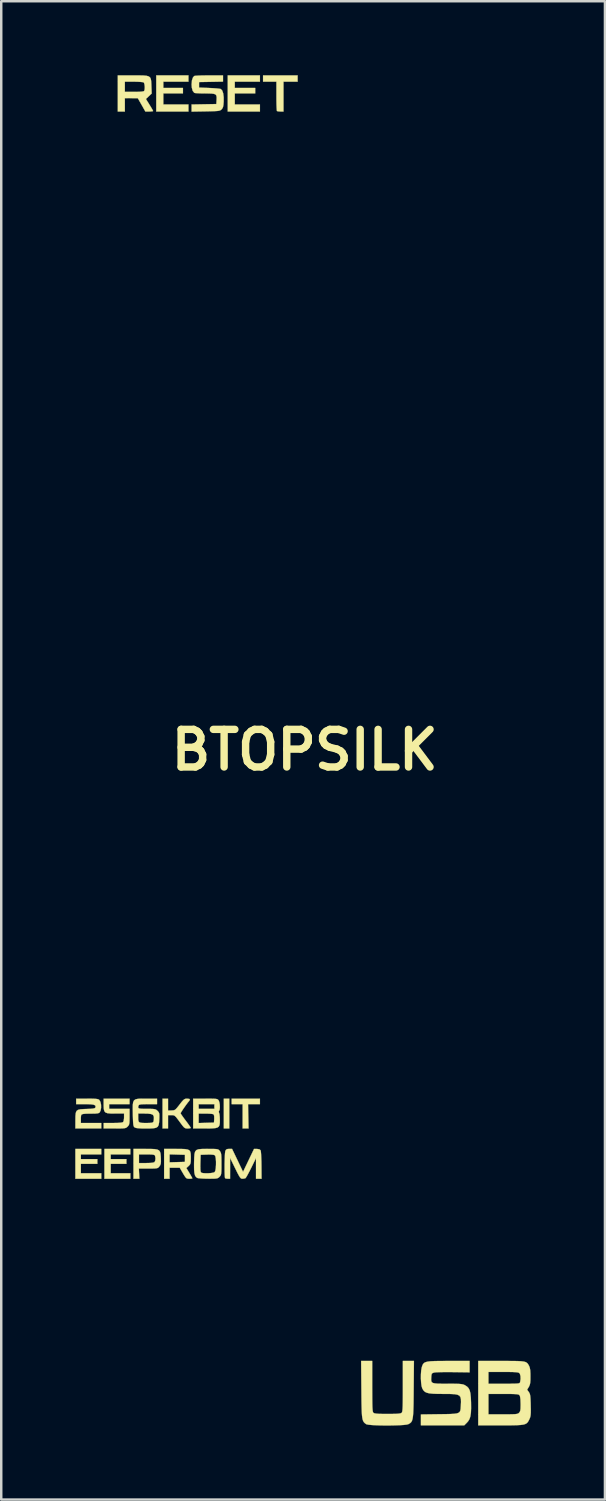
<source format=kicad_pcb>
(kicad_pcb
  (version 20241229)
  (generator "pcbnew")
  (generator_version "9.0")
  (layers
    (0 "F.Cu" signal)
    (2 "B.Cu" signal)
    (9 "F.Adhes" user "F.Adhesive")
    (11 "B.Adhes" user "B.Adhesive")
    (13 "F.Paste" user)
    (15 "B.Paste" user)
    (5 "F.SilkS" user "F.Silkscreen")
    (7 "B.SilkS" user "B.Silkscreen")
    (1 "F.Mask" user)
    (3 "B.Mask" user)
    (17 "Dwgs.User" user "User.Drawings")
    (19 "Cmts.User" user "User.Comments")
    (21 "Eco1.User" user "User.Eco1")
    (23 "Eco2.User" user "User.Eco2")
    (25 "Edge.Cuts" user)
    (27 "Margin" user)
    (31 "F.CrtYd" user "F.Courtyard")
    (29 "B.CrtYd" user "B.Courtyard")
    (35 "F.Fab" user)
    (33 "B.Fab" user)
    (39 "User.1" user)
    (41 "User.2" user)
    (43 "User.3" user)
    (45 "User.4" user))
  (footprint "BTOPSILK"
    (layer "F.Cu")
    (at 9.299 27.347)
    (property "Reference" "BTOPSILK" (at 0 0 0) (layer "F.SilkS") (effects (font (size 1.524 1.524) (thickness 0.3))))
    (attr through_hole)
    (fp_poly (pts (xy -3.056 15.342) (xy -3.278 15.342) (xy -3.278 14.132) (xy -3.056 14.132) (xy -3.056 15.342)) (stroke (width 0.01) (type solid)) (fill yes) (layer "F.SilkS"))
    (fp_poly (pts (xy -1.814 14.355) (xy -2.295 14.355) (xy -2.285 14.849) (xy -2.276 15.342) (xy -2.515 15.342) (xy -2.515 14.355) (xy -2.96 14.355) (xy -2.96 14.132) (xy -1.814 14.132) (xy -1.814 14.355)) (stroke (width 0.01) (type solid)) (fill yes) (layer "F.SilkS"))
    (fp_poly (pts (xy -8.244 16.392) (xy -9.071 16.392) (xy -9.071 16.583) (xy -8.403 16.583) (xy -8.403 16.774) (xy -9.071 16.774) (xy -9.071 17.156) (xy -8.244 17.156) (xy -8.244 17.379) (xy -9.294 17.379) (xy -9.294 16.169) (xy -8.244 16.169) (xy -8.244 16.392)) (stroke (width 0.01) (type solid)) (fill yes) (layer "F.SilkS"))
    (fp_poly (pts (xy -7.066 16.392) (xy -7.862 16.392) (xy -7.862 16.583) (xy -7.225 16.583) (xy -7.225 16.774) (xy -7.862 16.774) (xy -7.862 17.156) (xy -7.066 17.156) (xy -7.066 17.379) (xy -8.117 17.379) (xy -8.117 16.169) (xy -7.066 16.169) (xy -7.066 16.392)) (stroke (width 0.01) (type solid)) (fill yes) (layer "F.SilkS"))
    (fp_poly (pts (xy -4.711 -27.087) (xy -5.729 -27.087) (xy -5.729 -26.832) (xy -4.934 -26.832) (xy -4.934 -26.61) (xy -5.729 -26.61) (xy -5.729 -26.164) (xy -4.711 -26.164) (xy -4.711 -25.877) (xy -6.016 -25.877) (xy -6.016 -27.342) (xy -4.711 -27.342) (xy -4.711 -27.087)) (stroke (width 0.01) (type solid)) (fill yes) (layer "F.SilkS"))
    (fp_poly (pts (xy -1.814 -27.087) (xy -2.833 -27.087) (xy -2.833 -26.832) (xy -2.005 -26.832) (xy -2.005 -26.61) (xy -2.833 -26.61) (xy -2.833 -26.164) (xy -1.814 -26.164) (xy -1.814 -25.877) (xy -3.119 -25.877) (xy -3.119 -27.342) (xy -1.814 -27.342) (xy -1.814 -27.087)) (stroke (width 0.01) (type solid)) (fill yes) (layer "F.SilkS"))
    (fp_poly (pts (xy -0.286 -27.087) (xy -0.859 -27.087) (xy -0.859 -25.877) (xy -0.981 -25.877) (xy -1.066 -25.883) (xy -1.119 -25.895) (xy -1.125 -25.899) (xy -1.131 -25.936) (xy -1.137 -26.026) (xy -1.142 -26.159) (xy -1.145 -26.325) (xy -1.146 -26.503) (xy -1.146 -27.087) (xy -1.687 -27.087) (xy -1.687 -27.342) (xy -0.286 -27.342) (xy -0.286 -27.087)) (stroke (width 0.01) (type solid)) (fill yes) (layer "F.SilkS"))
    (fp_poly (pts (xy -7.098 14.355) (xy -7.926 14.355) (xy -7.926 14.546) (xy -7.098 14.546) (xy -7.098 14.866) (xy -7.099 15.014) (xy -7.104 15.112) (xy -7.117 15.177) (xy -7.139 15.222) (xy -7.175 15.262) (xy -7.176 15.264) (xy -7.21 15.295) (xy -7.246 15.316) (xy -7.297 15.33) (xy -7.374 15.338) (xy -7.488 15.341) (xy -7.651 15.342) (xy -7.701 15.342) (xy -8.148 15.342) (xy -8.148 15.119) (xy -7.773 15.119) (xy -7.575 15.115) (xy -7.44 15.105) (xy -7.368 15.087) (xy -7.359 15.081) (xy -7.336 15.028) (xy -7.323 14.938) (xy -7.321 14.89) (xy -7.321 14.737) (xy -7.685 14.737) (xy -7.865 14.735) (xy -7.991 14.723) (xy -8.073 14.693) (xy -8.12 14.638) (xy -8.142 14.55) (xy -8.148 14.421) (xy -8.148 14.364) (xy -8.148 14.132) (xy -7.098 14.132) (xy -7.098 14.355)) (stroke (width 0.01) (type solid)) (fill yes) (layer "F.SilkS"))
    (fp_poly (pts (xy -4.999 16.17) (xy -4.847 16.177) (xy -4.742 16.194) (xy -4.674 16.227) (xy -4.636 16.282) (xy -4.62 16.364) (xy -4.615 16.479) (xy -4.615 16.546) (xy -4.617 16.67) (xy -4.627 16.75) (xy -4.649 16.803) (xy -4.69 16.85) (xy -4.705 16.864) (xy -4.795 16.946) (xy -4.673 17.146) (xy -4.614 17.245) (xy -4.571 17.322) (xy -4.552 17.361) (xy -4.552 17.362) (xy -4.58 17.373) (xy -4.65 17.379) (xy -4.678 17.379) (xy -4.741 17.376) (xy -4.788 17.361) (xy -4.83 17.321) (xy -4.881 17.245) (xy -4.934 17.156) (xy -5.064 16.933) (xy -5.475 16.933) (xy -5.475 17.379) (xy -5.697 17.379) (xy -5.697 16.713) (xy -5.475 16.713) (xy -5.164 16.704) (xy -4.854 16.695) (xy -4.854 16.408) (xy -5.164 16.399) (xy -5.475 16.39) (xy -5.475 16.713) (xy -5.697 16.713) (xy -5.697 16.169) (xy -5.206 16.169) (xy -4.999 16.17)) (stroke (width 0.01) (type solid)) (fill yes) (layer "F.SilkS"))
    (fp_poly (pts (xy -6.241 16.17) (xy -6.086 16.177) (xy -5.978 16.194) (xy -5.907 16.228) (xy -5.865 16.283) (xy -5.843 16.365) (xy -5.833 16.478) (xy -5.83 16.547) (xy -5.827 16.677) (xy -5.833 16.763) (xy -5.852 16.824) (xy -5.888 16.878) (xy -5.919 16.915) (xy -5.952 16.939) (xy -5.998 16.954) (xy -6.072 16.962) (xy -6.185 16.965) (xy -6.339 16.965) (xy -6.721 16.965) (xy -6.711 17.172) (xy -6.7 17.379) (xy -6.819 17.379) (xy -6.939 17.379) (xy -6.939 16.392) (xy -6.716 16.392) (xy -6.716 16.742) (xy -6.42 16.742) (xy -6.257 16.738) (xy -6.144 16.725) (xy -6.087 16.705) (xy -6.086 16.704) (xy -6.056 16.639) (xy -6.048 16.545) (xy -6.064 16.451) (xy -6.067 16.443) (xy -6.087 16.419) (xy -6.133 16.404) (xy -6.216 16.395) (xy -6.348 16.392) (xy -6.401 16.392) (xy -6.716 16.392) (xy -6.939 16.392) (xy -6.939 16.169) (xy -6.45 16.169) (xy -6.241 16.17)) (stroke (width 0.01) (type solid)) (fill yes) (layer "F.SilkS"))
    (fp_poly (pts (xy -6.726 -27.341) (xy -6.548 -27.338) (xy -6.418 -27.327) (xy -6.328 -27.303) (xy -6.27 -27.263) (xy -6.238 -27.201) (xy -6.222 -27.114) (xy -6.215 -26.996) (xy -6.212 -26.907) (xy -6.201 -26.607) (xy -6.318 -26.496) (xy -6.435 -26.385) (xy -6.289 -26.151) (xy -6.223 -26.043) (xy -6.173 -25.957) (xy -6.146 -25.905) (xy -6.143 -25.897) (xy -6.172 -25.886) (xy -6.245 -25.879) (xy -6.3 -25.877) (xy -6.457 -25.877) (xy -6.61 -26.147) (xy -6.764 -26.417) (xy -7.289 -26.419) (xy -7.289 -25.877) (xy -7.575 -25.877) (xy -7.575 -26.673) (xy -7.289 -26.673) (xy -6.909 -26.673) (xy -6.717 -26.676) (xy -6.587 -26.686) (xy -6.518 -26.701) (xy -6.506 -26.711) (xy -6.486 -26.777) (xy -6.482 -26.87) (xy -6.491 -26.965) (xy -6.511 -27.037) (xy -6.528 -27.057) (xy -6.576 -27.069) (xy -6.674 -27.078) (xy -6.805 -27.085) (xy -6.931 -27.086) (xy -7.289 -27.087) (xy -7.289 -26.673) (xy -7.575 -26.673) (xy -7.575 -27.342) (xy -6.96 -27.342) (xy -6.726 -27.341)) (stroke (width 0.01) (type solid)) (fill yes) (layer "F.SilkS"))
    (fp_poly (pts (xy -8.633 14.134) (xy -8.501 14.138) (xy -8.412 14.147) (xy -8.357 14.162) (xy -8.327 14.181) (xy -8.278 14.265) (xy -8.253 14.381) (xy -8.252 14.508) (xy -8.274 14.622) (xy -8.319 14.701) (xy -8.324 14.706) (xy -8.387 14.728) (xy -8.507 14.739) (xy -8.64 14.74) (xy -8.775 14.74) (xy -8.894 14.744) (xy -8.977 14.753) (xy -8.989 14.755) (xy -9.037 14.773) (xy -9.062 14.807) (xy -9.07 14.875) (xy -9.071 14.947) (xy -9.071 15.119) (xy -8.244 15.119) (xy -8.244 15.342) (xy -9.294 15.342) (xy -9.293 15.016) (xy -9.291 14.838) (xy -9.279 14.715) (xy -9.248 14.634) (xy -9.189 14.588) (xy -9.09 14.564) (xy -8.944 14.554) (xy -8.85 14.551) (xy -8.69 14.545) (xy -8.583 14.535) (xy -8.52 14.521) (xy -8.489 14.501) (xy -8.484 14.492) (xy -8.475 14.438) (xy -8.5 14.4) (xy -8.565 14.375) (xy -8.678 14.361) (xy -8.846 14.355) (xy -8.9 14.355) (xy -9.262 14.355) (xy -9.262 14.132) (xy -8.819 14.132) (xy -8.633 14.134)) (stroke (width 0.01) (type solid)) (fill yes) (layer "F.SilkS"))
    (fp_poly (pts (xy -2.72 16.634) (xy -2.498 17.098) (xy -2.053 16.17) (xy -1.935 16.17) (xy -1.834 16.185) (xy -1.786 16.226) (xy -1.776 16.275) (xy -1.767 16.376) (xy -1.76 16.518) (xy -1.754 16.688) (xy -1.752 16.83) (xy -1.748 17.379) (xy -1.973 17.379) (xy -1.973 16.543) (xy -2.167 16.937) (xy -2.241 17.082) (xy -2.307 17.207) (xy -2.36 17.3) (xy -2.393 17.35) (xy -2.398 17.355) (xy -2.456 17.372) (xy -2.522 17.378) (xy -2.559 17.375) (xy -2.591 17.357) (xy -2.626 17.317) (xy -2.67 17.245) (xy -2.729 17.135) (xy -2.807 16.976) (xy -2.817 16.957) (xy -3.023 16.535) (xy -3.023 16.957) (xy -3.024 17.379) (xy -3.114 17.379) (xy -3.187 17.372) (xy -3.225 17.358) (xy -3.235 17.317) (xy -3.241 17.227) (xy -3.245 17.098) (xy -3.246 16.946) (xy -3.246 16.781) (xy -3.242 16.619) (xy -3.237 16.471) (xy -3.23 16.35) (xy -3.22 16.271) (xy -3.216 16.251) (xy -3.183 16.196) (xy -3.127 16.173) (xy -3.064 16.169) (xy -2.943 16.169) (xy -2.72 16.634)) (stroke (width 0.01) (type solid)) (fill yes) (layer "F.SilkS"))
    (fp_poly (pts (xy -3.841 14.133) (xy -3.707 14.135) (xy -3.616 14.14) (xy -3.558 14.15) (xy -3.522 14.165) (xy -3.498 14.188) (xy -3.487 14.203) (xy -3.46 14.271) (xy -3.443 14.368) (xy -3.438 14.474) (xy -3.444 14.565) (xy -3.464 14.621) (xy -3.47 14.626) (xy -3.484 14.668) (xy -3.47 14.705) (xy -3.453 14.766) (xy -3.442 14.868) (xy -3.438 14.99) (xy -3.44 15.112) (xy -3.452 15.202) (xy -3.482 15.265) (xy -3.539 15.305) (xy -3.631 15.328) (xy -3.767 15.339) (xy -3.955 15.342) (xy -4.042 15.342) (xy -4.52 15.342) (xy -4.52 15.121) (xy -4.297 15.121) (xy -3.676 15.103) (xy -3.666 14.947) (xy -3.669 14.829) (xy -3.694 14.768) (xy -3.698 14.765) (xy -3.748 14.752) (xy -3.843 14.743) (xy -3.967 14.738) (xy -4.018 14.738) (xy -4.297 14.737) (xy -4.297 15.121) (xy -4.52 15.121) (xy -4.52 14.355) (xy -4.297 14.355) (xy -4.297 14.546) (xy -3.66 14.546) (xy -3.66 14.355) (xy -4.297 14.355) (xy -4.52 14.355) (xy -4.52 14.132) (xy -4.028 14.132) (xy -3.841 14.133)) (stroke (width 0.01) (type solid)) (fill yes) (layer "F.SilkS"))
    (fp_poly (pts (xy -5.538 14.61) (xy -5.396 14.61) (xy -5.329 14.608) (xy -5.277 14.595) (xy -5.229 14.562) (xy -5.171 14.5) (xy -5.09 14.398) (xy -5.07 14.371) (xy -4.982 14.259) (xy -4.919 14.189) (xy -4.869 14.151) (xy -4.819 14.135) (xy -4.766 14.133) (xy -4.678 14.142) (xy -4.65 14.171) (xy -4.679 14.223) (xy -4.688 14.234) (xy -4.733 14.287) (xy -4.796 14.371) (xy -4.867 14.47) (xy -4.935 14.569) (xy -4.991 14.655) (xy -5.024 14.712) (xy -5.028 14.725) (xy -5.01 14.761) (xy -4.96 14.834) (xy -4.888 14.935) (xy -4.821 15.024) (xy -4.737 15.136) (xy -4.669 15.231) (xy -4.627 15.296) (xy -4.615 15.318) (xy -4.644 15.333) (xy -4.714 15.341) (xy -4.743 15.342) (xy -4.802 15.339) (xy -4.849 15.326) (xy -4.895 15.292) (xy -4.95 15.229) (xy -5.027 15.127) (xy -5.068 15.071) (xy -5.157 14.951) (xy -5.22 14.873) (xy -5.268 14.828) (xy -5.313 14.807) (xy -5.366 14.801) (xy -5.402 14.801) (xy -5.538 14.801) (xy -5.538 15.342) (xy -5.761 15.342) (xy -5.761 14.132) (xy -5.538 14.132) (xy -5.538 14.61)) (stroke (width 0.01) (type solid)) (fill yes) (layer "F.SilkS"))
    (fp_poly (pts (xy -3.31 -27.089) (xy -3.796 -27.08) (xy -4.281 -27.071) (xy -4.281 -26.848) (xy -3.867 -26.831) (xy -3.707 -26.823) (xy -3.567 -26.813) (xy -3.46 -26.801) (xy -3.401 -26.79) (xy -3.398 -26.788) (xy -3.342 -26.728) (xy -3.303 -26.615) (xy -3.283 -26.457) (xy -3.283 -26.28) (xy -3.293 -26.146) (xy -3.31 -26.058) (xy -3.339 -25.999) (xy -3.367 -25.965) (xy -3.396 -25.94) (xy -3.43 -25.921) (xy -3.479 -25.907) (xy -3.553 -25.898) (xy -3.661 -25.892) (xy -3.814 -25.887) (xy -4.011 -25.883) (xy -4.583 -25.873) (xy -4.583 -26.162) (xy -4.082 -26.171) (xy -3.581 -26.18) (xy -3.571 -26.35) (xy -3.568 -26.449) (xy -3.578 -26.519) (xy -3.61 -26.565) (xy -3.673 -26.592) (xy -3.776 -26.605) (xy -3.929 -26.61) (xy -4.038 -26.61) (xy -4.194 -26.612) (xy -4.327 -26.617) (xy -4.425 -26.624) (xy -4.474 -26.633) (xy -4.475 -26.634) (xy -4.539 -26.714) (xy -4.575 -26.846) (xy -4.583 -26.976) (xy -4.569 -27.144) (xy -4.525 -27.264) (xy -4.475 -27.317) (xy -4.433 -27.325) (xy -4.339 -27.331) (xy -4.202 -27.337) (xy -4.035 -27.34) (xy -3.875 -27.341) (xy -3.31 -27.342) (xy -3.31 -27.089)) (stroke (width 0.01) (type solid)) (fill yes) (layer "F.SilkS"))
    (fp_poly (pts (xy 2.737 25.794) (xy 2.738 26.08) (xy 2.739 26.309) (xy 2.741 26.488) (xy 2.744 26.623) (xy 2.75 26.721) (xy 2.757 26.788) (xy 2.767 26.831) (xy 2.779 26.857) (xy 2.79 26.868) (xy 2.828 26.886) (xy 2.899 26.898) (xy 3.011 26.907) (xy 3.171 26.911) (xy 3.358 26.912) (xy 3.568 26.91) (xy 3.722 26.906) (xy 3.828 26.897) (xy 3.894 26.884) (xy 3.926 26.868) (xy 3.941 26.851) (xy 3.952 26.82) (xy 3.961 26.771) (xy 3.968 26.695) (xy 3.973 26.588) (xy 3.976 26.44) (xy 3.978 26.248) (xy 3.979 26.003) (xy 3.979 25.794) (xy 3.979 24.763) (xy 4.428 24.763) (xy 4.418 25.917) (xy 4.415 26.239) (xy 4.412 26.504) (xy 4.406 26.718) (xy 4.399 26.887) (xy 4.387 27.016) (xy 4.371 27.114) (xy 4.35 27.185) (xy 4.323 27.236) (xy 4.288 27.273) (xy 4.245 27.302) (xy 4.203 27.325) (xy 4.136 27.343) (xy 4.02 27.357) (xy 3.863 27.367) (xy 3.678 27.374) (xy 3.474 27.378) (xy 3.265 27.379) (xy 3.059 27.376) (xy 2.87 27.369) (xy 2.706 27.36) (xy 2.58 27.347) (xy 2.503 27.33) (xy 2.49 27.324) (xy 2.444 27.29) (xy 2.407 27.255) (xy 2.378 27.212) (xy 2.354 27.154) (xy 2.337 27.076) (xy 2.323 26.97) (xy 2.314 26.831) (xy 2.308 26.651) (xy 2.303 26.425) (xy 2.3 26.146) (xy 2.298 25.917) (xy 2.288 24.763) (xy 2.737 24.763) (xy 2.737 25.794)) (stroke (width 0.01) (type solid)) (fill yes) (layer "F.SilkS"))
    (fp_poly (pts (xy -3.928 16.169) (xy -3.757 16.17) (xy -3.638 16.172) (xy -3.559 16.179) (xy -3.509 16.192) (xy -3.476 16.213) (xy -3.447 16.244) (xy -3.44 16.253) (xy -3.413 16.293) (xy -3.395 16.339) (xy -3.383 16.405) (xy -3.377 16.503) (xy -3.374 16.643) (xy -3.374 16.78) (xy -3.374 16.956) (xy -3.377 17.081) (xy -3.384 17.165) (xy -3.396 17.221) (xy -3.416 17.26) (xy -3.444 17.293) (xy -3.452 17.301) (xy -3.489 17.334) (xy -3.529 17.356) (xy -3.585 17.369) (xy -3.67 17.376) (xy -3.798 17.377) (xy -3.906 17.377) (xy -4.06 17.374) (xy -4.196 17.367) (xy -4.298 17.358) (xy -4.348 17.348) (xy -4.404 17.311) (xy -4.444 17.248) (xy -4.469 17.15) (xy -4.482 17.008) (xy -4.483 16.924) (xy -4.229 16.924) (xy -4.224 17.037) (xy -4.212 17.103) (xy -4.195 17.129) (xy -4.129 17.149) (xy -4.025 17.157) (xy -3.903 17.156) (xy -3.785 17.146) (xy -3.692 17.128) (xy -3.647 17.106) (xy -3.621 17.049) (xy -3.604 16.948) (xy -3.595 16.822) (xy -3.594 16.688) (xy -3.602 16.566) (xy -3.619 16.472) (xy -3.641 16.427) (xy -3.701 16.407) (xy -3.816 16.398) (xy -3.952 16.399) (xy -4.217 16.408) (xy -4.227 16.756) (xy -4.229 16.924) (xy -4.483 16.924) (xy -4.484 16.815) (xy -4.483 16.717) (xy -4.477 16.519) (xy -4.466 16.375) (xy -4.44 16.277) (xy -4.39 16.217) (xy -4.308 16.185) (xy -4.184 16.172) (xy -4.01 16.169) (xy -3.928 16.169)) (stroke (width 0.01) (type solid)) (fill yes) (layer "F.SilkS"))
    (fp_poly (pts (xy -5.984 14.355) (xy -6.347 14.355) (xy -6.508 14.357) (xy -6.616 14.362) (xy -6.682 14.372) (xy -6.717 14.388) (xy -6.729 14.405) (xy -6.748 14.464) (xy -6.745 14.504) (xy -6.713 14.528) (xy -6.641 14.541) (xy -6.521 14.546) (xy -6.396 14.546) (xy -6.241 14.547) (xy -6.136 14.551) (xy -6.067 14.561) (xy -6.02 14.58) (xy -5.981 14.61) (xy -5.963 14.628) (xy -5.922 14.673) (xy -5.899 14.721) (xy -5.89 14.788) (xy -5.891 14.893) (xy -5.893 14.958) (xy -5.902 15.101) (xy -5.92 15.203) (xy -5.957 15.271) (xy -6.022 15.312) (xy -6.124 15.333) (xy -6.273 15.341) (xy -6.428 15.342) (xy -6.617 15.34) (xy -6.751 15.332) (xy -6.839 15.319) (xy -6.89 15.299) (xy -6.893 15.297) (xy -6.917 15.274) (xy -6.934 15.239) (xy -6.946 15.182) (xy -6.954 15.093) (xy -6.96 14.961) (xy -6.965 14.776) (xy -6.965 14.758) (xy -6.965 14.737) (xy -6.748 14.737) (xy -6.748 14.878) (xy -6.746 14.987) (xy -6.731 15.057) (xy -6.692 15.097) (xy -6.617 15.114) (xy -6.496 15.119) (xy -6.43 15.119) (xy -6.289 15.117) (xy -6.201 15.109) (xy -6.152 15.093) (xy -6.131 15.069) (xy -6.117 15.003) (xy -6.111 14.913) (xy -6.111 14.911) (xy -6.121 14.836) (xy -6.157 14.785) (xy -6.228 14.755) (xy -6.344 14.74) (xy -6.491 14.737) (xy -6.748 14.737) (xy -6.965 14.737) (xy -6.969 14.544) (xy -6.967 14.385) (xy -6.951 14.273) (xy -6.915 14.201) (xy -6.849 14.158) (xy -6.749 14.138) (xy -6.606 14.132) (xy -6.414 14.132) (xy -5.984 14.132) (xy -5.984 14.355)) (stroke (width 0.01) (type solid)) (fill yes) (layer "F.SilkS"))
    (fp_poly (pts (xy 6.684 24.994) (xy 6.684 25.225) (xy 6.017 25.216) (xy 5.81 25.214) (xy 5.62 25.215) (xy 5.456 25.219) (xy 5.33 25.224) (xy 5.254 25.232) (xy 5.245 25.234) (xy 5.184 25.254) (xy 5.151 25.285) (xy 5.137 25.347) (xy 5.131 25.428) (xy 5.127 25.514) (xy 5.131 25.578) (xy 5.152 25.624) (xy 5.197 25.655) (xy 5.275 25.673) (xy 5.391 25.683) (xy 5.556 25.686) (xy 5.776 25.686) (xy 5.789 25.686) (xy 6.004 25.687) (xy 6.165 25.69) (xy 6.282 25.695) (xy 6.367 25.705) (xy 6.429 25.718) (xy 6.477 25.738) (xy 6.494 25.746) (xy 6.58 25.801) (xy 6.643 25.868) (xy 6.688 25.957) (xy 6.717 26.078) (xy 6.734 26.243) (xy 6.743 26.45) (xy 6.745 26.686) (xy 6.737 26.869) (xy 6.716 27.01) (xy 6.679 27.12) (xy 6.625 27.209) (xy 6.573 27.268) (xy 6.468 27.373) (xy 4.711 27.373) (xy 4.711 26.932) (xy 5.458 26.922) (xy 5.712 26.919) (xy 5.911 26.914) (xy 6.06 26.905) (xy 6.167 26.89) (xy 6.239 26.864) (xy 6.284 26.827) (xy 6.309 26.773) (xy 6.321 26.702) (xy 6.327 26.609) (xy 6.329 26.578) (xy 6.336 26.425) (xy 6.332 26.309) (xy 6.311 26.225) (xy 6.265 26.167) (xy 6.186 26.13) (xy 6.068 26.11) (xy 5.902 26.102) (xy 5.681 26.1) (xy 5.624 26.1) (xy 5.382 26.098) (xy 5.195 26.091) (xy 5.054 26.077) (xy 4.95 26.052) (xy 4.876 26.016) (xy 4.821 25.965) (xy 4.777 25.898) (xy 4.767 25.877) (xy 4.738 25.784) (xy 4.72 25.646) (xy 4.71 25.482) (xy 4.711 25.312) (xy 4.722 25.154) (xy 4.744 25.026) (xy 4.749 25.009) (xy 4.772 24.941) (xy 4.799 24.887) (xy 4.838 24.845) (xy 4.897 24.814) (xy 4.98 24.792) (xy 5.097 24.777) (xy 5.254 24.769) (xy 5.457 24.765) (xy 5.715 24.764) (xy 5.833 24.764) (xy 6.684 24.763) (xy 6.684 24.994)) (stroke (width 0.01) (type solid)) (fill yes) (layer "F.SilkS"))
    (fp_poly (pts (xy 8.248 24.764) (xy 8.472 24.765) (xy 8.648 24.769) (xy 8.781 24.776) (xy 8.88 24.789) (xy 8.951 24.808) (xy 9.001 24.835) (xy 9.038 24.87) (xy 9.068 24.916) (xy 9.095 24.964) (xy 9.123 25.037) (xy 9.141 25.135) (xy 9.149 25.275) (xy 9.15 25.384) (xy 9.149 25.54) (xy 9.141 25.65) (xy 9.124 25.729) (xy 9.096 25.795) (xy 9.084 25.816) (xy 9.016 25.93) (xy 9.084 26.022) (xy 9.111 26.067) (xy 9.131 26.12) (xy 9.144 26.193) (xy 9.153 26.3) (xy 9.159 26.452) (xy 9.161 26.554) (xy 9.165 26.735) (xy 9.164 26.866) (xy 9.157 26.961) (xy 9.144 27.032) (xy 9.122 27.093) (xy 9.106 27.128) (xy 9.073 27.195) (xy 9.038 27.249) (xy 8.996 27.29) (xy 8.939 27.321) (xy 8.86 27.344) (xy 8.751 27.358) (xy 8.607 27.367) (xy 8.418 27.372) (xy 8.179 27.373) (xy 7.945 27.373) (xy 7.034 27.373) (xy 7.034 26.1) (xy 7.448 26.1) (xy 7.448 26.928) (xy 8.037 26.928) (xy 8.246 26.927) (xy 8.4 26.925) (xy 8.51 26.921) (xy 8.585 26.913) (xy 8.634 26.901) (xy 8.667 26.884) (xy 8.689 26.864) (xy 8.72 26.825) (xy 8.739 26.772) (xy 8.749 26.69) (xy 8.752 26.566) (xy 8.752 26.506) (xy 8.746 26.327) (xy 8.73 26.208) (xy 8.709 26.156) (xy 8.688 26.136) (xy 8.654 26.122) (xy 8.598 26.112) (xy 8.511 26.106) (xy 8.383 26.102) (xy 8.207 26.1) (xy 8.057 26.1) (xy 7.448 26.1) (xy 7.034 26.1) (xy 7.034 25.209) (xy 7.448 25.209) (xy 7.448 25.686) (xy 8.081 25.686) (xy 8.296 25.686) (xy 8.457 25.685) (xy 8.57 25.682) (xy 8.646 25.676) (xy 8.691 25.667) (xy 8.716 25.652) (xy 8.728 25.632) (xy 8.733 25.615) (xy 8.751 25.495) (xy 8.747 25.377) (xy 8.722 25.286) (xy 8.703 25.259) (xy 8.676 25.241) (xy 8.63 25.228) (xy 8.557 25.219) (xy 8.447 25.213) (xy 8.293 25.21) (xy 8.085 25.209) (xy 8.051 25.209) (xy 7.448 25.209) (xy 7.034 25.209) (xy 7.034 24.763) (xy 7.966 24.763) (xy 8.248 24.764)) (stroke (width 0.01) (type solid)) (fill yes) (layer "F.SilkS")))
  (gr_rect
    (start -3 -3)
    (end 21.469 57.73)
    (stroke (width 0.1) (type default))
    (fill no)
    (layer "Edge.Cuts")))
</source>
